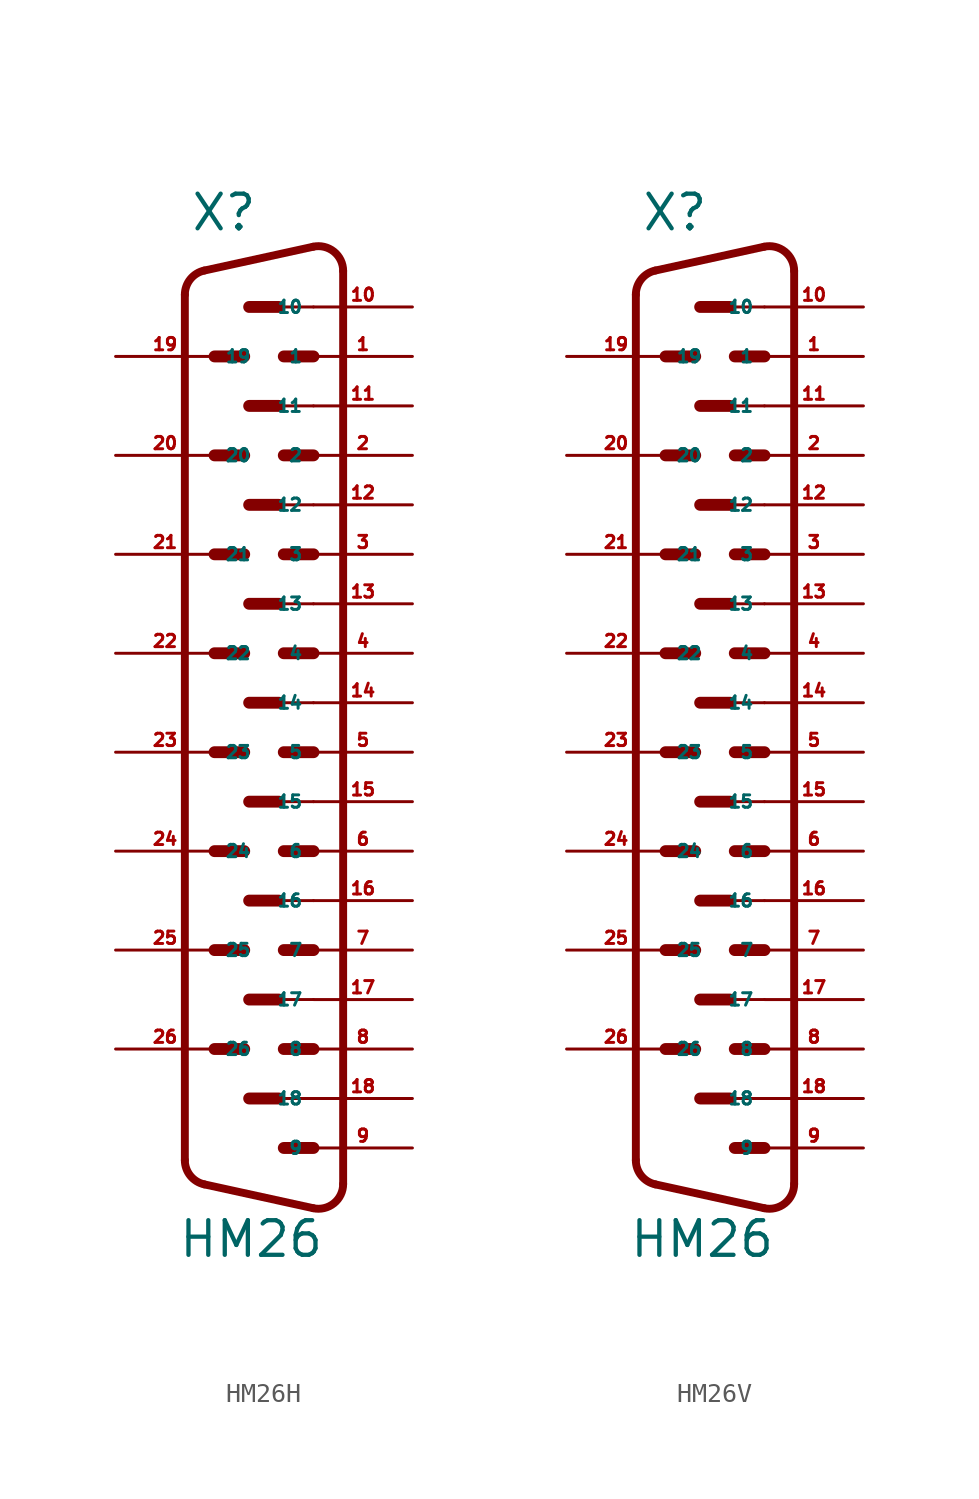
<source format=kicad_sym>
(kicad_symbol_lib
  (version 20220914)
  (generator Eagle2Kicad)
  (symbol "HM26H"
    (property "Reference" "X"
      (at -3.81 21.59 0)
      (effects (font (size 1.778 1.778) (thickness 0.22)) (justify left bottom)))
    (property "Value" "HM26"
      (at -4.445 -31.115 0)
      (effects (font (size 1.778 1.778) (thickness 0.22)) (justify left bottom)))
    (arc
      (start 4.064 19.6312)
      (mid 3.590 20.621)
      (end 2.5226 20.872)
      (stroke (width 0.4064) (type default))
      (fill (type none)))
    (polyline
      (pts (xy 2.523 20.872) (xy -3.065 19.649))
      (stroke (width 0.406) (type default))
      (fill (type none)))
    (arc
      (start -3.0654 19.6495)
      (mid -3.783 19.205)
      (end -4.0642 18.4088)
      (stroke (width 0.4064) (type default))
      (fill (type none)))
    (polyline
      (pts (xy -4.064 -26.029) (xy -4.064 18.409))
      (stroke (width 0.406) (type default))
      (fill (type none)))
    (arc
      (start -4.064 -26.0288)
      (mid -3.783 -26.825)
      (end -3.0654 -27.2694)
      (stroke (width 0.4064) (type default))
      (fill (type none)))
    (polyline
      (pts (xy 4.064 -27.251) (xy 4.064 19.631))
      (stroke (width 0.406) (type default))
      (fill (type none)))
    (polyline
      (pts (xy 2.523 -28.492) (xy -3.065 -27.269))
      (stroke (width 0.406) (type default))
      (fill (type none)))
    (arc
      (start 2.5226 -28.4919)
      (mid 3.590 -28.241)
      (end 4.064 -27.2512)
      (stroke (width 0.4064) (type default))
      (fill (type none)))
    (polyline
      (pts (xy 2.54 17.78) (xy 0.762 17.78))
      (stroke (width 0.152) (type default))
      (fill (type none)))
    (polyline
      (pts (xy 2.54 12.7) (xy 0.762 12.7))
      (stroke (width 0.152) (type default))
      (fill (type none)))
    (polyline
      (pts (xy 2.54 7.62) (xy 0.762 7.62))
      (stroke (width 0.152) (type default))
      (fill (type none)))
    (polyline
      (pts (xy 2.54 2.54) (xy 0.762 2.54))
      (stroke (width 0.152) (type default))
      (fill (type none)))
    (polyline
      (pts (xy 2.54 -2.54) (xy 0.762 -2.54))
      (stroke (width 0.152) (type default))
      (fill (type none)))
    (polyline
      (pts (xy -1.016 15.24) (xy -2.54 15.24))
      (stroke (width 0.61) (type default))
      (fill (type none)))
    (polyline
      (pts (xy 2.54 15.24) (xy 1.016 15.24))
      (stroke (width 0.61) (type default))
      (fill (type none)))
    (polyline
      (pts (xy 0.762 17.78) (xy -0.762 17.78))
      (stroke (width 0.61) (type default))
      (fill (type none)))
    (polyline
      (pts (xy -1.016 10.16) (xy -2.54 10.16))
      (stroke (width 0.61) (type default))
      (fill (type none)))
    (polyline
      (pts (xy 2.54 10.16) (xy 1.016 10.16))
      (stroke (width 0.61) (type default))
      (fill (type none)))
    (polyline
      (pts (xy 0.762 12.7) (xy -0.762 12.7))
      (stroke (width 0.61) (type default))
      (fill (type none)))
    (polyline
      (pts (xy -1.016 5.08) (xy -2.54 5.08))
      (stroke (width 0.61) (type default))
      (fill (type none)))
    (polyline
      (pts (xy 2.54 5.08) (xy 1.016 5.08))
      (stroke (width 0.61) (type default))
      (fill (type none)))
    (polyline
      (pts (xy 0.762 7.62) (xy -0.762 7.62))
      (stroke (width 0.61) (type default))
      (fill (type none)))
    (polyline
      (pts (xy -1.016 0) (xy -2.54 0))
      (stroke (width 0.61) (type default))
      (fill (type none)))
    (polyline
      (pts (xy 2.54 0) (xy 1.016 0))
      (stroke (width 0.61) (type default))
      (fill (type none)))
    (polyline
      (pts (xy 0.762 2.54) (xy -0.762 2.54))
      (stroke (width 0.61) (type default))
      (fill (type none)))
    (polyline
      (pts (xy -1.016 -5.08) (xy -2.54 -5.08))
      (stroke (width 0.61) (type default))
      (fill (type none)))
    (polyline
      (pts (xy 2.54 -5.08) (xy 1.016 -5.08))
      (stroke (width 0.61) (type default))
      (fill (type none)))
    (polyline
      (pts (xy 0.762 -2.54) (xy -0.762 -2.54))
      (stroke (width 0.61) (type default))
      (fill (type none)))
    (polyline
      (pts (xy 2.54 -7.62) (xy 0.762 -7.62))
      (stroke (width 0.152) (type default))
      (fill (type none)))
    (polyline
      (pts (xy 2.54 -12.7) (xy 0.762 -12.7))
      (stroke (width 0.152) (type default))
      (fill (type none)))
    (polyline
      (pts (xy 2.54 -17.78) (xy 0.762 -17.78))
      (stroke (width 0.152) (type default))
      (fill (type none)))
    (polyline
      (pts (xy -1.016 -10.16) (xy -2.54 -10.16))
      (stroke (width 0.61) (type default))
      (fill (type none)))
    (polyline
      (pts (xy 2.54 -10.16) (xy 1.016 -10.16))
      (stroke (width 0.61) (type default))
      (fill (type none)))
    (polyline
      (pts (xy 0.762 -7.62) (xy -0.762 -7.62))
      (stroke (width 0.61) (type default))
      (fill (type none)))
    (polyline
      (pts (xy -1.016 -15.24) (xy -2.54 -15.24))
      (stroke (width 0.61) (type default))
      (fill (type none)))
    (polyline
      (pts (xy 2.54 -15.24) (xy 1.016 -15.24))
      (stroke (width 0.61) (type default))
      (fill (type none)))
    (polyline
      (pts (xy 0.762 -12.7) (xy -0.762 -12.7))
      (stroke (width 0.61) (type default))
      (fill (type none)))
    (polyline
      (pts (xy 2.54 -20.32) (xy 1.016 -20.32))
      (stroke (width 0.61) (type default))
      (fill (type none)))
    (polyline
      (pts (xy 0.762 -17.78) (xy -0.762 -17.78))
      (stroke (width 0.61) (type default))
      (fill (type none)))
    (polyline
      (pts (xy 2.54 -25.4) (xy 1.016 -25.4))
      (stroke (width 0.61) (type default))
      (fill (type none)))
    (polyline
      (pts (xy -1.016 -20.32) (xy -2.54 -20.32))
      (stroke (width 0.61) (type default))
      (fill (type none)))
    (polyline
      (pts (xy 0.762 -22.86) (xy -0.762 -22.86))
      (stroke (width 0.61) (type default))
      (fill (type none)))
    (polyline
      (pts (xy 2.54 -22.86) (xy 0.762 -22.86))
      (stroke (width 0.152) (type default))
      (fill (type none)))
    (pin passive line
      (at 7.62 15.24 180)
      (length 5.08)
      (name "1" (effects (font (size 0.635 0.635) (thickness 0.08)) (justify left bottom)))
      (number "1" (effects (font (size 0.635 0.635) (thickness 0.08)) (justify left bottom))))
    (pin passive line
      (at 7.62 10.16 180)
      (length 5.08)
      (name "2" (effects (font (size 0.635 0.635) (thickness 0.08)) (justify left bottom)))
      (number "2" (effects (font (size 0.635 0.635) (thickness 0.08)) (justify left bottom))))
    (pin passive line
      (at 7.62 5.08 180)
      (length 5.08)
      (name "3" (effects (font (size 0.635 0.635) (thickness 0.08)) (justify left bottom)))
      (number "3" (effects (font (size 0.635 0.635) (thickness 0.08)) (justify left bottom))))
    (pin passive line
      (at 7.62 0 180)
      (length 5.08)
      (name "4" (effects (font (size 0.635 0.635) (thickness 0.08)) (justify left bottom)))
      (number "4" (effects (font (size 0.635 0.635) (thickness 0.08)) (justify left bottom))))
    (pin passive line
      (at 7.62 -5.08 180)
      (length 5.08)
      (name "5" (effects (font (size 0.635 0.635) (thickness 0.08)) (justify left bottom)))
      (number "5" (effects (font (size 0.635 0.635) (thickness 0.08)) (justify left bottom))))
    (pin passive line
      (at 7.62 -10.16 180)
      (length 5.08)
      (name "6" (effects (font (size 0.635 0.635) (thickness 0.08)) (justify left bottom)))
      (number "6" (effects (font (size 0.635 0.635) (thickness 0.08)) (justify left bottom))))
    (pin passive line
      (at 7.62 -15.24 180)
      (length 5.08)
      (name "7" (effects (font (size 0.635 0.635) (thickness 0.08)) (justify left bottom)))
      (number "7" (effects (font (size 0.635 0.635) (thickness 0.08)) (justify left bottom))))
    (pin passive line
      (at 7.62 -20.32 180)
      (length 5.08)
      (name "8" (effects (font (size 0.635 0.635) (thickness 0.08)) (justify left bottom)))
      (number "8" (effects (font (size 0.635 0.635) (thickness 0.08)) (justify left bottom))))
    (pin passive line
      (at 7.62 -25.4 180)
      (length 5.08)
      (name "9" (effects (font (size 0.635 0.635) (thickness 0.08)) (justify left bottom)))
      (number "9" (effects (font (size 0.635 0.635) (thickness 0.08)) (justify left bottom))))
    (pin passive line
      (at 7.62 17.78 180)
      (length 5.08)
      (name "10" (effects (font (size 0.635 0.635) (thickness 0.08)) (justify left bottom)))
      (number "10" (effects (font (size 0.635 0.635) (thickness 0.08)) (justify left bottom))))
    (pin passive line
      (at 7.62 12.7 180)
      (length 5.08)
      (name "11" (effects (font (size 0.635 0.635) (thickness 0.08)) (justify left bottom)))
      (number "11" (effects (font (size 0.635 0.635) (thickness 0.08)) (justify left bottom))))
    (pin passive line
      (at 7.62 7.62 180)
      (length 5.08)
      (name "12" (effects (font (size 0.635 0.635) (thickness 0.08)) (justify left bottom)))
      (number "12" (effects (font (size 0.635 0.635) (thickness 0.08)) (justify left bottom))))
    (pin passive line
      (at 7.62 2.54 180)
      (length 5.08)
      (name "13" (effects (font (size 0.635 0.635) (thickness 0.08)) (justify left bottom)))
      (number "13" (effects (font (size 0.635 0.635) (thickness 0.08)) (justify left bottom))))
    (pin passive line
      (at 7.62 -2.54 180)
      (length 5.08)
      (name "14" (effects (font (size 0.635 0.635) (thickness 0.08)) (justify left bottom)))
      (number "14" (effects (font (size 0.635 0.635) (thickness 0.08)) (justify left bottom))))
    (pin passive line
      (at 7.62 -7.62 180)
      (length 5.08)
      (name "15" (effects (font (size 0.635 0.635) (thickness 0.08)) (justify left bottom)))
      (number "15" (effects (font (size 0.635 0.635) (thickness 0.08)) (justify left bottom))))
    (pin passive line
      (at 7.62 -12.7 180)
      (length 5.08)
      (name "16" (effects (font (size 0.635 0.635) (thickness 0.08)) (justify left bottom)))
      (number "16" (effects (font (size 0.635 0.635) (thickness 0.08)) (justify left bottom))))
    (pin passive line
      (at 7.62 -17.78 180)
      (length 5.08)
      (name "17" (effects (font (size 0.635 0.635) (thickness 0.08)) (justify left bottom)))
      (number "17" (effects (font (size 0.635 0.635) (thickness 0.08)) (justify left bottom))))
    (pin passive line
      (at 7.62 -22.86 180)
      (length 5.08)
      (name "18" (effects (font (size 0.635 0.635) (thickness 0.08)) (justify left bottom)))
      (number "18" (effects (font (size 0.635 0.635) (thickness 0.08)) (justify left bottom))))
    (pin passive line
      (at -7.62 15.24 0)
      (length 5.08)
      (name "19" (effects (font (size 0.635 0.635) (thickness 0.08)) (justify left bottom)))
      (number "19" (effects (font (size 0.635 0.635) (thickness 0.08)) (justify left bottom))))
    (pin passive line
      (at -7.62 10.16 0)
      (length 5.08)
      (name "20" (effects (font (size 0.635 0.635) (thickness 0.08)) (justify left bottom)))
      (number "20" (effects (font (size 0.635 0.635) (thickness 0.08)) (justify left bottom))))
    (pin passive line
      (at -7.62 5.08 0)
      (length 5.08)
      (name "21" (effects (font (size 0.635 0.635) (thickness 0.08)) (justify left bottom)))
      (number "21" (effects (font (size 0.635 0.635) (thickness 0.08)) (justify left bottom))))
    (pin passive line
      (at -7.62 0 0)
      (length 5.08)
      (name "22" (effects (font (size 0.635 0.635) (thickness 0.08)) (justify left bottom)))
      (number "22" (effects (font (size 0.635 0.635) (thickness 0.08)) (justify left bottom))))
    (pin passive line
      (at -7.62 -5.08 0)
      (length 5.08)
      (name "23" (effects (font (size 0.635 0.635) (thickness 0.08)) (justify left bottom)))
      (number "23" (effects (font (size 0.635 0.635) (thickness 0.08)) (justify left bottom))))
    (pin passive line
      (at -7.62 -10.16 0)
      (length 5.08)
      (name "24" (effects (font (size 0.635 0.635) (thickness 0.08)) (justify left bottom)))
      (number "24" (effects (font (size 0.635 0.635) (thickness 0.08)) (justify left bottom))))
    (pin passive line
      (at -7.62 -15.24 0)
      (length 5.08)
      (name "25" (effects (font (size 0.635 0.635) (thickness 0.08)) (justify left bottom)))
      (number "25" (effects (font (size 0.635 0.635) (thickness 0.08)) (justify left bottom))))
    (pin passive line
      (at -7.62 -20.32 0)
      (length 5.08)
      (name "26" (effects (font (size 0.635 0.635) (thickness 0.08)) (justify left bottom)))
      (number "26" (effects (font (size 0.635 0.635) (thickness 0.08)) (justify left bottom)))))
  (symbol "HM26V"
    (property "Reference" "X"
      (at -3.81 21.59 0)
      (effects (font (size 1.778 1.778) (thickness 0.22)) (justify left bottom)))
    (property "Value" "HM26"
      (at -4.445 -31.115 0)
      (effects (font (size 1.778 1.778) (thickness 0.22)) (justify left bottom)))
    (arc
      (start 4.064 19.6312)
      (mid 3.590 20.621)
      (end 2.5226 20.872)
      (stroke (width 0.4064) (type default))
      (fill (type none)))
    (polyline
      (pts (xy 2.523 20.872) (xy -3.065 19.649))
      (stroke (width 0.406) (type default))
      (fill (type none)))
    (arc
      (start -3.0654 19.6495)
      (mid -3.783 19.205)
      (end -4.0642 18.4088)
      (stroke (width 0.4064) (type default))
      (fill (type none)))
    (polyline
      (pts (xy -4.064 -26.029) (xy -4.064 18.409))
      (stroke (width 0.406) (type default))
      (fill (type none)))
    (arc
      (start -4.064 -26.0288)
      (mid -3.783 -26.825)
      (end -3.0654 -27.2694)
      (stroke (width 0.4064) (type default))
      (fill (type none)))
    (polyline
      (pts (xy 4.064 -27.251) (xy 4.064 19.631))
      (stroke (width 0.406) (type default))
      (fill (type none)))
    (polyline
      (pts (xy 2.523 -28.492) (xy -3.065 -27.269))
      (stroke (width 0.406) (type default))
      (fill (type none)))
    (arc
      (start 2.5226 -28.4919)
      (mid 3.590 -28.241)
      (end 4.064 -27.2512)
      (stroke (width 0.4064) (type default))
      (fill (type none)))
    (polyline
      (pts (xy 2.54 17.78) (xy 0.762 17.78))
      (stroke (width 0.152) (type default))
      (fill (type none)))
    (polyline
      (pts (xy 2.54 12.7) (xy 0.762 12.7))
      (stroke (width 0.152) (type default))
      (fill (type none)))
    (polyline
      (pts (xy 2.54 7.62) (xy 0.762 7.62))
      (stroke (width 0.152) (type default))
      (fill (type none)))
    (polyline
      (pts (xy 2.54 2.54) (xy 0.762 2.54))
      (stroke (width 0.152) (type default))
      (fill (type none)))
    (polyline
      (pts (xy 2.54 -2.54) (xy 0.762 -2.54))
      (stroke (width 0.152) (type default))
      (fill (type none)))
    (polyline
      (pts (xy -1.016 15.24) (xy -2.54 15.24))
      (stroke (width 0.61) (type default))
      (fill (type none)))
    (polyline
      (pts (xy 2.54 15.24) (xy 1.016 15.24))
      (stroke (width 0.61) (type default))
      (fill (type none)))
    (polyline
      (pts (xy 0.762 17.78) (xy -0.762 17.78))
      (stroke (width 0.61) (type default))
      (fill (type none)))
    (polyline
      (pts (xy -1.016 10.16) (xy -2.54 10.16))
      (stroke (width 0.61) (type default))
      (fill (type none)))
    (polyline
      (pts (xy 2.54 10.16) (xy 1.016 10.16))
      (stroke (width 0.61) (type default))
      (fill (type none)))
    (polyline
      (pts (xy 0.762 12.7) (xy -0.762 12.7))
      (stroke (width 0.61) (type default))
      (fill (type none)))
    (polyline
      (pts (xy -1.016 5.08) (xy -2.54 5.08))
      (stroke (width 0.61) (type default))
      (fill (type none)))
    (polyline
      (pts (xy 2.54 5.08) (xy 1.016 5.08))
      (stroke (width 0.61) (type default))
      (fill (type none)))
    (polyline
      (pts (xy 0.762 7.62) (xy -0.762 7.62))
      (stroke (width 0.61) (type default))
      (fill (type none)))
    (polyline
      (pts (xy -1.016 0) (xy -2.54 0))
      (stroke (width 0.61) (type default))
      (fill (type none)))
    (polyline
      (pts (xy 2.54 0) (xy 1.016 0))
      (stroke (width 0.61) (type default))
      (fill (type none)))
    (polyline
      (pts (xy 0.762 2.54) (xy -0.762 2.54))
      (stroke (width 0.61) (type default))
      (fill (type none)))
    (polyline
      (pts (xy -1.016 -5.08) (xy -2.54 -5.08))
      (stroke (width 0.61) (type default))
      (fill (type none)))
    (polyline
      (pts (xy 2.54 -5.08) (xy 1.016 -5.08))
      (stroke (width 0.61) (type default))
      (fill (type none)))
    (polyline
      (pts (xy 0.762 -2.54) (xy -0.762 -2.54))
      (stroke (width 0.61) (type default))
      (fill (type none)))
    (polyline
      (pts (xy 2.54 -7.62) (xy 0.762 -7.62))
      (stroke (width 0.152) (type default))
      (fill (type none)))
    (polyline
      (pts (xy 2.54 -12.7) (xy 0.762 -12.7))
      (stroke (width 0.152) (type default))
      (fill (type none)))
    (polyline
      (pts (xy 2.54 -17.78) (xy 0.762 -17.78))
      (stroke (width 0.152) (type default))
      (fill (type none)))
    (polyline
      (pts (xy -1.016 -10.16) (xy -2.54 -10.16))
      (stroke (width 0.61) (type default))
      (fill (type none)))
    (polyline
      (pts (xy 2.54 -10.16) (xy 1.016 -10.16))
      (stroke (width 0.61) (type default))
      (fill (type none)))
    (polyline
      (pts (xy 0.762 -7.62) (xy -0.762 -7.62))
      (stroke (width 0.61) (type default))
      (fill (type none)))
    (polyline
      (pts (xy -1.016 -15.24) (xy -2.54 -15.24))
      (stroke (width 0.61) (type default))
      (fill (type none)))
    (polyline
      (pts (xy 2.54 -15.24) (xy 1.016 -15.24))
      (stroke (width 0.61) (type default))
      (fill (type none)))
    (polyline
      (pts (xy 0.762 -12.7) (xy -0.762 -12.7))
      (stroke (width 0.61) (type default))
      (fill (type none)))
    (polyline
      (pts (xy 2.54 -20.32) (xy 1.016 -20.32))
      (stroke (width 0.61) (type default))
      (fill (type none)))
    (polyline
      (pts (xy 0.762 -17.78) (xy -0.762 -17.78))
      (stroke (width 0.61) (type default))
      (fill (type none)))
    (polyline
      (pts (xy 2.54 -25.4) (xy 1.016 -25.4))
      (stroke (width 0.61) (type default))
      (fill (type none)))
    (polyline
      (pts (xy -1.016 -20.32) (xy -2.54 -20.32))
      (stroke (width 0.61) (type default))
      (fill (type none)))
    (polyline
      (pts (xy 0.762 -22.86) (xy -0.762 -22.86))
      (stroke (width 0.61) (type default))
      (fill (type none)))
    (polyline
      (pts (xy 2.54 -22.86) (xy 0.762 -22.86))
      (stroke (width 0.152) (type default))
      (fill (type none)))
    (pin passive line
      (at 7.62 15.24 180)
      (length 5.08)
      (name "1" (effects (font (size 0.635 0.635) (thickness 0.08)) (justify left bottom)))
      (number "1" (effects (font (size 0.635 0.635) (thickness 0.08)) (justify left bottom))))
    (pin passive line
      (at 7.62 10.16 180)
      (length 5.08)
      (name "2" (effects (font (size 0.635 0.635) (thickness 0.08)) (justify left bottom)))
      (number "2" (effects (font (size 0.635 0.635) (thickness 0.08)) (justify left bottom))))
    (pin passive line
      (at 7.62 5.08 180)
      (length 5.08)
      (name "3" (effects (font (size 0.635 0.635) (thickness 0.08)) (justify left bottom)))
      (number "3" (effects (font (size 0.635 0.635) (thickness 0.08)) (justify left bottom))))
    (pin passive line
      (at 7.62 0 180)
      (length 5.08)
      (name "4" (effects (font (size 0.635 0.635) (thickness 0.08)) (justify left bottom)))
      (number "4" (effects (font (size 0.635 0.635) (thickness 0.08)) (justify left bottom))))
    (pin passive line
      (at 7.62 -5.08 180)
      (length 5.08)
      (name "5" (effects (font (size 0.635 0.635) (thickness 0.08)) (justify left bottom)))
      (number "5" (effects (font (size 0.635 0.635) (thickness 0.08)) (justify left bottom))))
    (pin passive line
      (at 7.62 -10.16 180)
      (length 5.08)
      (name "6" (effects (font (size 0.635 0.635) (thickness 0.08)) (justify left bottom)))
      (number "6" (effects (font (size 0.635 0.635) (thickness 0.08)) (justify left bottom))))
    (pin passive line
      (at 7.62 -15.24 180)
      (length 5.08)
      (name "7" (effects (font (size 0.635 0.635) (thickness 0.08)) (justify left bottom)))
      (number "7" (effects (font (size 0.635 0.635) (thickness 0.08)) (justify left bottom))))
    (pin passive line
      (at 7.62 -20.32 180)
      (length 5.08)
      (name "8" (effects (font (size 0.635 0.635) (thickness 0.08)) (justify left bottom)))
      (number "8" (effects (font (size 0.635 0.635) (thickness 0.08)) (justify left bottom))))
    (pin passive line
      (at 7.62 -25.4 180)
      (length 5.08)
      (name "9" (effects (font (size 0.635 0.635) (thickness 0.08)) (justify left bottom)))
      (number "9" (effects (font (size 0.635 0.635) (thickness 0.08)) (justify left bottom))))
    (pin passive line
      (at 7.62 17.78 180)
      (length 5.08)
      (name "10" (effects (font (size 0.635 0.635) (thickness 0.08)) (justify left bottom)))
      (number "10" (effects (font (size 0.635 0.635) (thickness 0.08)) (justify left bottom))))
    (pin passive line
      (at 7.62 12.7 180)
      (length 5.08)
      (name "11" (effects (font (size 0.635 0.635) (thickness 0.08)) (justify left bottom)))
      (number "11" (effects (font (size 0.635 0.635) (thickness 0.08)) (justify left bottom))))
    (pin passive line
      (at 7.62 7.62 180)
      (length 5.08)
      (name "12" (effects (font (size 0.635 0.635) (thickness 0.08)) (justify left bottom)))
      (number "12" (effects (font (size 0.635 0.635) (thickness 0.08)) (justify left bottom))))
    (pin passive line
      (at 7.62 2.54 180)
      (length 5.08)
      (name "13" (effects (font (size 0.635 0.635) (thickness 0.08)) (justify left bottom)))
      (number "13" (effects (font (size 0.635 0.635) (thickness 0.08)) (justify left bottom))))
    (pin passive line
      (at 7.62 -2.54 180)
      (length 5.08)
      (name "14" (effects (font (size 0.635 0.635) (thickness 0.08)) (justify left bottom)))
      (number "14" (effects (font (size 0.635 0.635) (thickness 0.08)) (justify left bottom))))
    (pin passive line
      (at 7.62 -7.62 180)
      (length 5.08)
      (name "15" (effects (font (size 0.635 0.635) (thickness 0.08)) (justify left bottom)))
      (number "15" (effects (font (size 0.635 0.635) (thickness 0.08)) (justify left bottom))))
    (pin passive line
      (at 7.62 -12.7 180)
      (length 5.08)
      (name "16" (effects (font (size 0.635 0.635) (thickness 0.08)) (justify left bottom)))
      (number "16" (effects (font (size 0.635 0.635) (thickness 0.08)) (justify left bottom))))
    (pin passive line
      (at 7.62 -17.78 180)
      (length 5.08)
      (name "17" (effects (font (size 0.635 0.635) (thickness 0.08)) (justify left bottom)))
      (number "17" (effects (font (size 0.635 0.635) (thickness 0.08)) (justify left bottom))))
    (pin passive line
      (at 7.62 -22.86 180)
      (length 5.08)
      (name "18" (effects (font (size 0.635 0.635) (thickness 0.08)) (justify left bottom)))
      (number "18" (effects (font (size 0.635 0.635) (thickness 0.08)) (justify left bottom))))
    (pin passive line
      (at -7.62 15.24 0)
      (length 5.08)
      (name "19" (effects (font (size 0.635 0.635) (thickness 0.08)) (justify left bottom)))
      (number "19" (effects (font (size 0.635 0.635) (thickness 0.08)) (justify left bottom))))
    (pin passive line
      (at -7.62 10.16 0)
      (length 5.08)
      (name "20" (effects (font (size 0.635 0.635) (thickness 0.08)) (justify left bottom)))
      (number "20" (effects (font (size 0.635 0.635) (thickness 0.08)) (justify left bottom))))
    (pin passive line
      (at -7.62 5.08 0)
      (length 5.08)
      (name "21" (effects (font (size 0.635 0.635) (thickness 0.08)) (justify left bottom)))
      (number "21" (effects (font (size 0.635 0.635) (thickness 0.08)) (justify left bottom))))
    (pin passive line
      (at -7.62 0 0)
      (length 5.08)
      (name "22" (effects (font (size 0.635 0.635) (thickness 0.08)) (justify left bottom)))
      (number "22" (effects (font (size 0.635 0.635) (thickness 0.08)) (justify left bottom))))
    (pin passive line
      (at -7.62 -5.08 0)
      (length 5.08)
      (name "23" (effects (font (size 0.635 0.635) (thickness 0.08)) (justify left bottom)))
      (number "23" (effects (font (size 0.635 0.635) (thickness 0.08)) (justify left bottom))))
    (pin passive line
      (at -7.62 -10.16 0)
      (length 5.08)
      (name "24" (effects (font (size 0.635 0.635) (thickness 0.08)) (justify left bottom)))
      (number "24" (effects (font (size 0.635 0.635) (thickness 0.08)) (justify left bottom))))
    (pin passive line
      (at -7.62 -15.24 0)
      (length 5.08)
      (name "25" (effects (font (size 0.635 0.635) (thickness 0.08)) (justify left bottom)))
      (number "25" (effects (font (size 0.635 0.635) (thickness 0.08)) (justify left bottom))))
    (pin passive line
      (at -7.62 -20.32 0)
      (length 5.08)
      (name "26" (effects (font (size 0.635 0.635) (thickness 0.08)) (justify left bottom)))
      (number "26" (effects (font (size 0.635 0.635) (thickness 0.08)) (justify left bottom))))))
</source>
